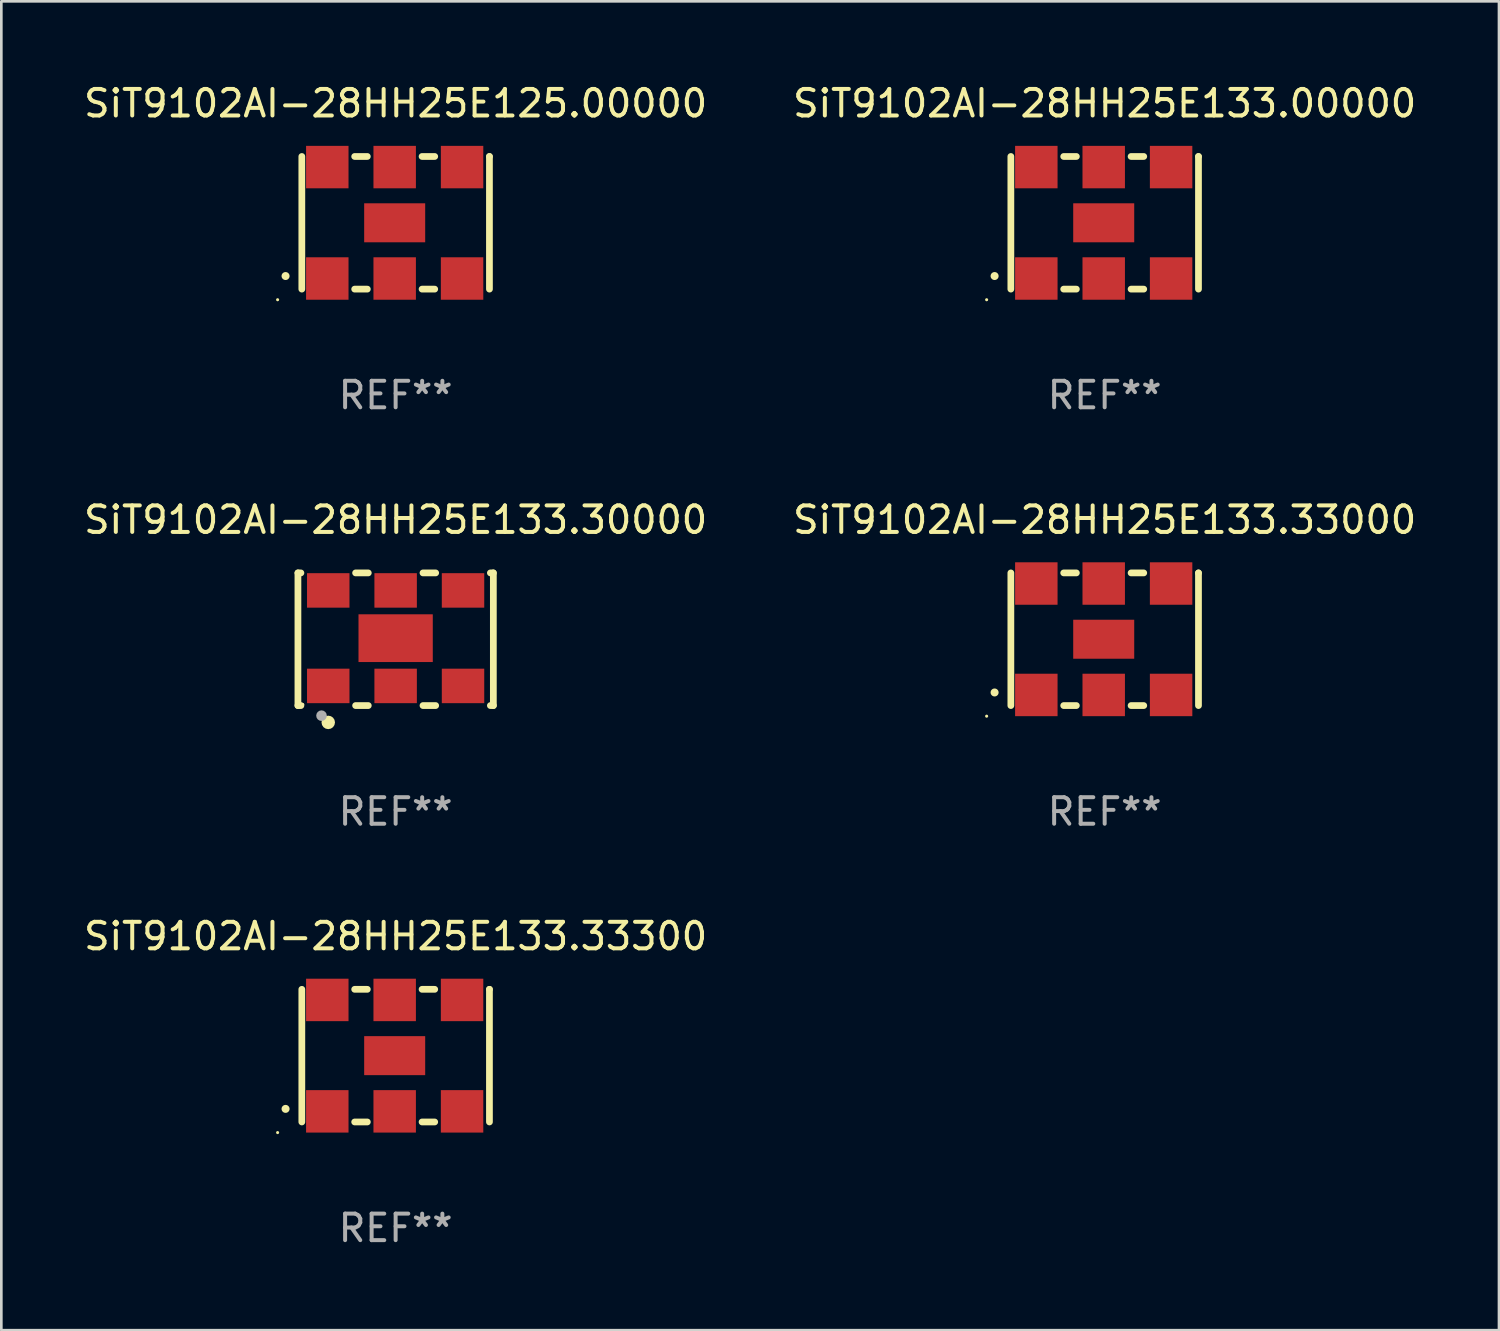
<source format=kicad_pcb>
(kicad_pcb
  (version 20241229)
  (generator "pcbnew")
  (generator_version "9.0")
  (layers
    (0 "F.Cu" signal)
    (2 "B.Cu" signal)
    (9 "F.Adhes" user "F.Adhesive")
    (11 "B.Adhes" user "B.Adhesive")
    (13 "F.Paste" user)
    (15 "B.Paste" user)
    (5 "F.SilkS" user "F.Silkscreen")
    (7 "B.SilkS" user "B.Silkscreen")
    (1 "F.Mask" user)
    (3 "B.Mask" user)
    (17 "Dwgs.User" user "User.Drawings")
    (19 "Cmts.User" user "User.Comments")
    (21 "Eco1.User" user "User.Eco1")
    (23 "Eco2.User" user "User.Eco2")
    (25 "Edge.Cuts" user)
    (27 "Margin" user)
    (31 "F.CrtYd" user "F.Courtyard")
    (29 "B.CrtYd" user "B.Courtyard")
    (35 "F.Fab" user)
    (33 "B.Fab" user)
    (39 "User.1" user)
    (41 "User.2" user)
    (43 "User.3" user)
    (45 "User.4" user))
  (footprint "SiT9102AI-28HH25E133.33300"
    (layer "F.Cu")
    (at 11.863 36.741)
    (property "Reference" "SiT9102AI-28HH25E133.33300" (at 0 -4.5 0) (layer "F.SilkS") (effects (font (size 1 1) (thickness 0.15))))
    (attr through_hole)
    (fp_line (start -3.536 -2.5) (end -3.536 2.5) (stroke (width 0.254) (type solid)) (layer "F.SilkS"))
    (fp_line (start -1.544 2.5) (end -1.067 2.5) (stroke (width 0.254) (type solid)) (layer "F.SilkS"))
    (fp_line (start -1.067 -2.5) (end -1.544 -2.5) (stroke (width 0.254) (type solid)) (layer "F.SilkS"))
    (fp_line (start 0.996 2.5) (end 1.473 2.5) (stroke (width 0.254) (type solid)) (layer "F.SilkS"))
    (fp_line (start 1.473 -2.5) (end 0.996 -2.5) (stroke (width 0.254) (type solid)) (layer "F.SilkS"))
    (fp_line (start 3.536 -2.5) (end 3.536 -2.5) (stroke (width 0.254) (type solid)) (layer "F.SilkS"))
    (fp_line (start 3.536 2.5) (end 3.536 -2.5) (stroke (width 0.254) (type solid)) (layer "F.SilkS"))
    (fp_arc (start -4.150432 2.006604) (mid -4.149162 2.006599) (end -4.147892 2.006604) (stroke (width 0.3) (type solid)) (layer "F.SilkS"))
    (fp_circle (center -4.449 2.9) (end -4.419 2.9) (stroke (width 0.06) (type solid)) (fill no) (layer "F.SilkS"))
    (fp_text user "REF**" (at 0 6.5 0) (layer "F.Fab") (effects (font (size 1 1) (thickness 0.15))))
    (pad "1" smd rect (at -2.576 2.1) (size 1.6 1.6) (layers "F.Cu" "F.Mask" "F.Paste"))
    (pad "2" smd rect (at -0.036 2.1) (size 1.6 1.6) (layers "F.Cu" "F.Mask" "F.Paste"))
    (pad "3" smd rect (at 2.504 2.1) (size 1.6 1.6) (layers "F.Cu" "F.Mask" "F.Paste"))
    (pad "4" smd rect (at 2.504 -2.1) (size 1.6 1.6) (layers "F.Cu" "F.Mask" "F.Paste"))
    (pad "5" smd rect (at -0.036 -2.1) (size 1.6 1.6) (layers "F.Cu" "F.Mask" "F.Paste"))
    (pad "6" smd rect (at -2.576 -2.1) (size 1.6 1.6) (layers "F.Cu" "F.Mask" "F.Paste"))
    (pad "7" smd rect (at -0.036 0) (size 2.3 1.47) (layers "F.Cu" "F.Mask" "F.Paste")))
  (footprint "SiT9102AI-28HH25E125.00000"
    (layer "F.Cu")
    (at 11.863 5.348)
    (property "Reference" "SiT9102AI-28HH25E125.00000" (at 0 -4.5 0) (layer "F.SilkS") (effects (font (size 1 1) (thickness 0.15))))
    (attr through_hole)
    (fp_line (start -3.536 -2.5) (end -3.536 2.5) (stroke (width 0.254) (type solid)) (layer "F.SilkS"))
    (fp_line (start -1.544 2.5) (end -1.067 2.5) (stroke (width 0.254) (type solid)) (layer "F.SilkS"))
    (fp_line (start -1.067 -2.5) (end -1.544 -2.5) (stroke (width 0.254) (type solid)) (layer "F.SilkS"))
    (fp_line (start 0.996 2.5) (end 1.473 2.5) (stroke (width 0.254) (type solid)) (layer "F.SilkS"))
    (fp_line (start 1.473 -2.5) (end 0.996 -2.5) (stroke (width 0.254) (type solid)) (layer "F.SilkS"))
    (fp_line (start 3.536 -2.5) (end 3.536 -2.5) (stroke (width 0.254) (type solid)) (layer "F.SilkS"))
    (fp_line (start 3.536 2.5) (end 3.536 -2.5) (stroke (width 0.254) (type solid)) (layer "F.SilkS"))
    (fp_arc (start -4.150432 2.006604) (mid -4.149162 2.006599) (end -4.147892 2.006604) (stroke (width 0.3) (type solid)) (layer "F.SilkS"))
    (fp_circle (center -4.449 2.9) (end -4.419 2.9) (stroke (width 0.06) (type solid)) (fill no) (layer "F.SilkS"))
    (fp_text user "REF**" (at 0 6.5 0) (layer "F.Fab") (effects (font (size 1 1) (thickness 0.15))))
    (pad "1" smd rect (at -2.576 2.1) (size 1.6 1.6) (layers "F.Cu" "F.Mask" "F.Paste"))
    (pad "2" smd rect (at -0.036 2.1) (size 1.6 1.6) (layers "F.Cu" "F.Mask" "F.Paste"))
    (pad "3" smd rect (at 2.504 2.1) (size 1.6 1.6) (layers "F.Cu" "F.Mask" "F.Paste"))
    (pad "4" smd rect (at 2.504 -2.1) (size 1.6 1.6) (layers "F.Cu" "F.Mask" "F.Paste"))
    (pad "5" smd rect (at -0.036 -2.1) (size 1.6 1.6) (layers "F.Cu" "F.Mask" "F.Paste"))
    (pad "6" smd rect (at -2.576 -2.1) (size 1.6 1.6) (layers "F.Cu" "F.Mask" "F.Paste"))
    (pad "7" smd rect (at -0.036 0) (size 2.3 1.47) (layers "F.Cu" "F.Mask" "F.Paste")))
  (footprint "SiT9102AI-28HH25E133.30000"
    (layer "F.Cu")
    (at 11.863 21.045)
    (property "Reference" "SiT9102AI-28HH25E133.30000" (at 0 -4.5 0) (layer "F.SilkS") (effects (font (size 1 1) (thickness 0.15))))
    (attr through_hole)
    (fp_line (start -3.683 -2.5) (end -3.571 -2.5) (stroke (width 0.254) (type solid)) (layer "F.SilkS"))
    (fp_line (start -3.683 2.5) (end -3.683 -2.5) (stroke (width 0.254) (type solid)) (layer "F.SilkS"))
    (fp_line (start -3.683 2.5) (end -3.571 2.5) (stroke (width 0.254) (type solid)) (layer "F.SilkS"))
    (fp_line (start -1.509 -2.5) (end -1.031 -2.5) (stroke (width 0.254) (type solid)) (layer "F.SilkS"))
    (fp_line (start -1.509 2.5) (end -1.031 2.5) (stroke (width 0.254) (type solid)) (layer "F.SilkS"))
    (fp_line (start 1.031 -2.5) (end 1.509 -2.5) (stroke (width 0.254) (type solid)) (layer "F.SilkS"))
    (fp_line (start 1.031 2.5) (end 1.509 2.5) (stroke (width 0.254) (type solid)) (layer "F.SilkS"))
    (fp_line (start 3.571 -2.5) (end 3.683 -2.5) (stroke (width 0.254) (type solid)) (layer "F.SilkS"))
    (fp_line (start 3.571 2.5) (end 3.683 2.5) (stroke (width 0.254) (type solid)) (layer "F.SilkS"))
    (fp_line (start 3.683 2.5) (end 3.683 -2.5) (stroke (width 0.254) (type solid)) (layer "F.SilkS"))
    (fp_circle (center -3.5 2.46) (end -3.47 2.46) (stroke (width 0.06) (type solid)) (fill no) (layer "F.SilkS"))
    (fp_circle (center -2.54 3.135) (end -2.413 3.135) (stroke (width 0.254) (type solid)) (fill no) (layer "F.SilkS"))
    (fp_circle (center -2.794 2.881) (end -2.694 2.881) (stroke (width 0.2) (type solid)) (fill no) (layer "F.Fab"))
    (fp_text user "REF**" (at 0 6.5 0) (layer "F.Fab") (effects (font (size 1 1) (thickness 0.15))))
    (pad "1" smd rect (at -2.54 1.76) (size 1.6 1.3) (layers "F.Cu" "F.Mask" "F.Paste"))
    (pad "2" smd rect (at 0 1.76) (size 1.6 1.3) (layers "F.Cu" "F.Mask" "F.Paste"))
    (pad "3" smd rect (at 2.54 1.76) (size 1.6 1.3) (layers "F.Cu" "F.Mask" "F.Paste"))
    (pad "4" smd rect (at 2.54 -1.84) (size 1.6 1.3) (layers "F.Cu" "F.Mask" "F.Paste"))
    (pad "5" smd rect (at 0 -1.84) (size 1.6 1.3) (layers "F.Cu" "F.Mask" "F.Paste"))
    (pad "6" smd rect (at -2.54 -1.84) (size 1.6 1.3) (layers "F.Cu" "F.Mask" "F.Paste"))
    (pad "7" smd rect (at 0 -0.04) (size 2.8 1.8) (layers "F.Cu" "F.Mask" "F.Paste")))
  (footprint "SiT9102AI-28HH25E133.00000"
    (layer "F.Cu")
    (at 38.589 5.348)
    (property "Reference" "SiT9102AI-28HH25E133.00000" (at 0 -4.5 0) (layer "F.SilkS") (effects (font (size 1 1) (thickness 0.15))))
    (attr through_hole)
    (fp_line (start -3.536 -2.5) (end -3.536 2.5) (stroke (width 0.254) (type solid)) (layer "F.SilkS"))
    (fp_line (start -1.544 2.5) (end -1.067 2.5) (stroke (width 0.254) (type solid)) (layer "F.SilkS"))
    (fp_line (start -1.067 -2.5) (end -1.544 -2.5) (stroke (width 0.254) (type solid)) (layer "F.SilkS"))
    (fp_line (start 0.996 2.5) (end 1.473 2.5) (stroke (width 0.254) (type solid)) (layer "F.SilkS"))
    (fp_line (start 1.473 -2.5) (end 0.996 -2.5) (stroke (width 0.254) (type solid)) (layer "F.SilkS"))
    (fp_line (start 3.536 -2.5) (end 3.536 -2.5) (stroke (width 0.254) (type solid)) (layer "F.SilkS"))
    (fp_line (start 3.536 2.5) (end 3.536 -2.5) (stroke (width 0.254) (type solid)) (layer "F.SilkS"))
    (fp_arc (start -4.150432 2.006604) (mid -4.149162 2.006599) (end -4.147892 2.006604) (stroke (width 0.3) (type solid)) (layer "F.SilkS"))
    (fp_circle (center -4.449 2.9) (end -4.419 2.9) (stroke (width 0.06) (type solid)) (fill no) (layer "F.SilkS"))
    (fp_text user "REF**" (at 0 6.5 0) (layer "F.Fab") (effects (font (size 1 1) (thickness 0.15))))
    (pad "1" smd rect (at -2.576 2.1) (size 1.6 1.6) (layers "F.Cu" "F.Mask" "F.Paste"))
    (pad "2" smd rect (at -0.036 2.1) (size 1.6 1.6) (layers "F.Cu" "F.Mask" "F.Paste"))
    (pad "3" smd rect (at 2.504 2.1) (size 1.6 1.6) (layers "F.Cu" "F.Mask" "F.Paste"))
    (pad "4" smd rect (at 2.504 -2.1) (size 1.6 1.6) (layers "F.Cu" "F.Mask" "F.Paste"))
    (pad "5" smd rect (at -0.036 -2.1) (size 1.6 1.6) (layers "F.Cu" "F.Mask" "F.Paste"))
    (pad "6" smd rect (at -2.576 -2.1) (size 1.6 1.6) (layers "F.Cu" "F.Mask" "F.Paste"))
    (pad "7" smd rect (at -0.036 0) (size 2.3 1.47) (layers "F.Cu" "F.Mask" "F.Paste")))
  (footprint "SiT9102AI-28HH25E133.33000"
    (layer "F.Cu")
    (at 38.589 21.045)
    (property "Reference" "SiT9102AI-28HH25E133.33000" (at 0 -4.5 0) (layer "F.SilkS") (effects (font (size 1 1) (thickness 0.15))))
    (attr through_hole)
    (fp_line (start -3.536 -2.5) (end -3.536 2.5) (stroke (width 0.254) (type solid)) (layer "F.SilkS"))
    (fp_line (start -1.544 2.5) (end -1.067 2.5) (stroke (width 0.254) (type solid)) (layer "F.SilkS"))
    (fp_line (start -1.067 -2.5) (end -1.544 -2.5) (stroke (width 0.254) (type solid)) (layer "F.SilkS"))
    (fp_line (start 0.996 2.5) (end 1.473 2.5) (stroke (width 0.254) (type solid)) (layer "F.SilkS"))
    (fp_line (start 1.473 -2.5) (end 0.996 -2.5) (stroke (width 0.254) (type solid)) (layer "F.SilkS"))
    (fp_line (start 3.536 -2.5) (end 3.536 -2.5) (stroke (width 0.254) (type solid)) (layer "F.SilkS"))
    (fp_line (start 3.536 2.5) (end 3.536 -2.5) (stroke (width 0.254) (type solid)) (layer "F.SilkS"))
    (fp_arc (start -4.150432 2.006604) (mid -4.149162 2.006599) (end -4.147892 2.006604) (stroke (width 0.3) (type solid)) (layer "F.SilkS"))
    (fp_circle (center -4.449 2.9) (end -4.419 2.9) (stroke (width 0.06) (type solid)) (fill no) (layer "F.SilkS"))
    (fp_text user "REF**" (at 0 6.5 0) (layer "F.Fab") (effects (font (size 1 1) (thickness 0.15))))
    (pad "1" smd rect (at -2.576 2.1) (size 1.6 1.6) (layers "F.Cu" "F.Mask" "F.Paste"))
    (pad "2" smd rect (at -0.036 2.1) (size 1.6 1.6) (layers "F.Cu" "F.Mask" "F.Paste"))
    (pad "3" smd rect (at 2.504 2.1) (size 1.6 1.6) (layers "F.Cu" "F.Mask" "F.Paste"))
    (pad "4" smd rect (at 2.504 -2.1) (size 1.6 1.6) (layers "F.Cu" "F.Mask" "F.Paste"))
    (pad "5" smd rect (at -0.036 -2.1) (size 1.6 1.6) (layers "F.Cu" "F.Mask" "F.Paste"))
    (pad "6" smd rect (at -2.576 -2.1) (size 1.6 1.6) (layers "F.Cu" "F.Mask" "F.Paste"))
    (pad "7" smd rect (at -0.036 0) (size 2.3 1.47) (layers "F.Cu" "F.Mask" "F.Paste")))
  (gr_rect
    (start -3 -3)
    (end 53.452 47.09)
    (stroke (width 0.1) (type default))
    (fill no)
    (layer "Edge.Cuts")))
</source>
